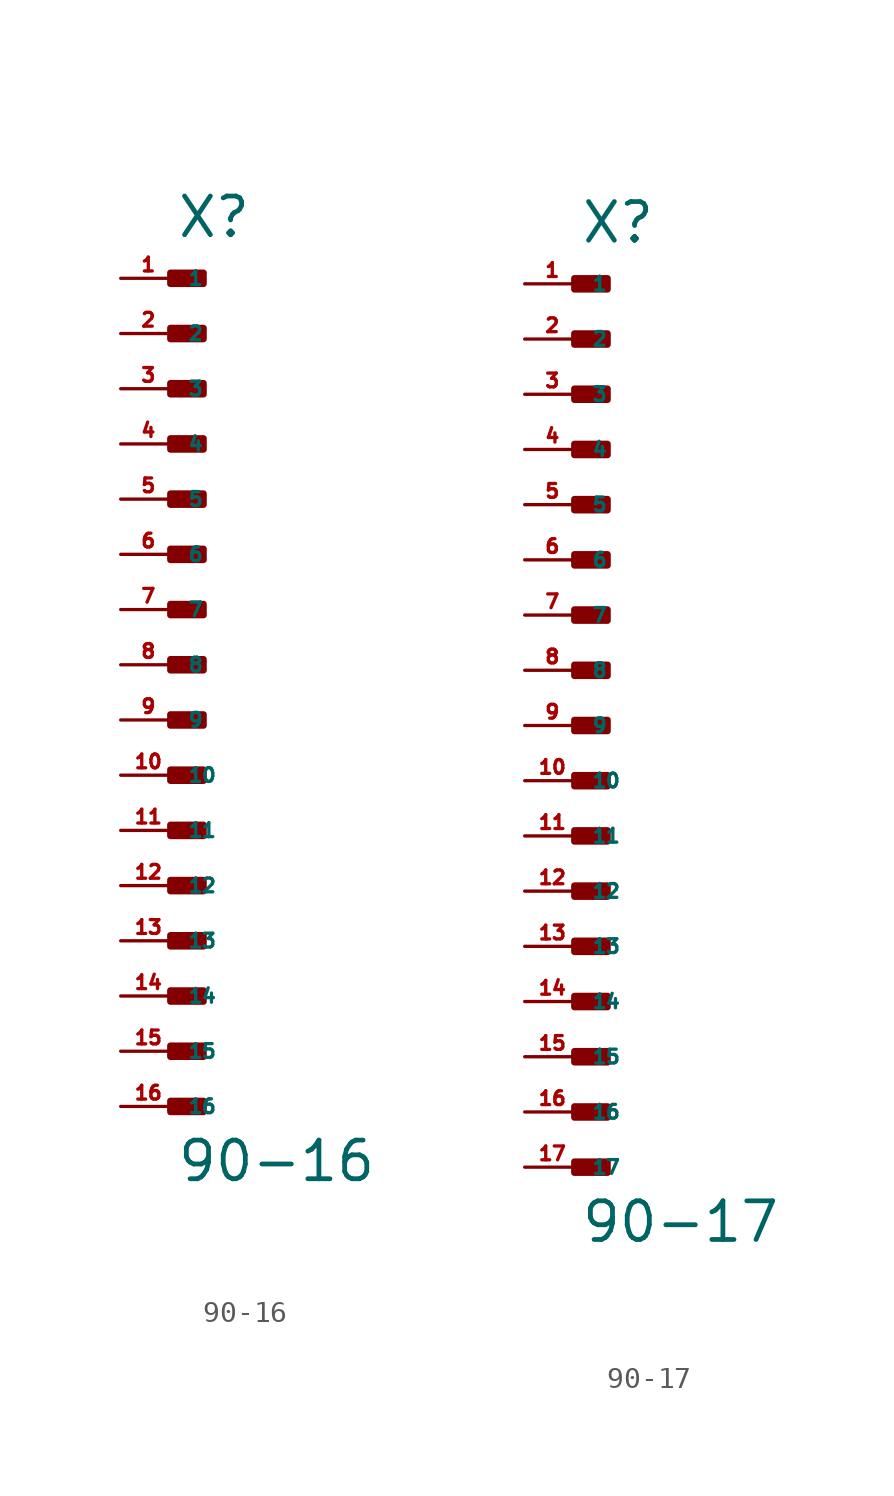
<source format=kicad_sym>
(kicad_symbol_lib
  (version 20220914)
  (generator Eagle2Kicad)
  (symbol "90-16"
    (property "Reference" "X"
      (at 0 19.558 0)
      (effects (font (size 1.778 1.778) (thickness 0.22)) (justify left bottom)))
    (property "Value" "90-16"
      (at 0 -23.876 0)
      (effects (font (size 1.778 1.778) (thickness 0.22)) (justify left bottom)))
    (rectangle
      (start -0.254 17.526)
      (end 1.27 18.034)
      (stroke (width 0.3) (type default))
      (fill (type outline)))
    (rectangle
      (start -0.254 14.986)
      (end 1.27 15.494)
      (stroke (width 0.3) (type default))
      (fill (type outline)))
    (rectangle
      (start -0.254 12.446)
      (end 1.27 12.954)
      (stroke (width 0.3) (type default))
      (fill (type outline)))
    (rectangle
      (start -0.254 9.906)
      (end 1.27 10.414)
      (stroke (width 0.3) (type default))
      (fill (type outline)))
    (rectangle
      (start -0.254 7.366)
      (end 1.27 7.874)
      (stroke (width 0.3) (type default))
      (fill (type outline)))
    (rectangle
      (start -0.254 4.826)
      (end 1.27 5.334)
      (stroke (width 0.3) (type default))
      (fill (type outline)))
    (rectangle
      (start -0.254 2.286)
      (end 1.27 2.794)
      (stroke (width 0.3) (type default))
      (fill (type outline)))
    (rectangle
      (start -0.254 -0.254)
      (end 1.27 0.254)
      (stroke (width 0.3) (type default))
      (fill (type outline)))
    (rectangle
      (start -0.254 -2.794)
      (end 1.27 -2.286)
      (stroke (width 0.3) (type default))
      (fill (type outline)))
    (rectangle
      (start -0.254 -5.334)
      (end 1.27 -4.826)
      (stroke (width 0.3) (type default))
      (fill (type outline)))
    (rectangle
      (start -0.254 -7.874)
      (end 1.27 -7.366)
      (stroke (width 0.3) (type default))
      (fill (type outline)))
    (rectangle
      (start -0.254 -10.414)
      (end 1.27 -9.906)
      (stroke (width 0.3) (type default))
      (fill (type outline)))
    (rectangle
      (start -0.254 -12.954)
      (end 1.27 -12.446)
      (stroke (width 0.3) (type default))
      (fill (type outline)))
    (rectangle
      (start -0.254 -15.494)
      (end 1.27 -14.986)
      (stroke (width 0.3) (type default))
      (fill (type outline)))
    (rectangle
      (start -0.254 -18.034)
      (end 1.27 -17.526)
      (stroke (width 0.3) (type default))
      (fill (type outline)))
    (rectangle
      (start -0.254 -20.574)
      (end 1.27 -20.066)
      (stroke (width 0.3) (type default))
      (fill (type outline)))
    (pin passive line
      (at -2.54 17.78 0)
      (length 2.54)
      (name "1" (effects (font (size 0.635 0.635) (thickness 0.08)) (justify left bottom)))
      (number "1" (effects (font (size 0.635 0.635) (thickness 0.08)) (justify left bottom))))
    (pin passive line
      (at -2.54 15.24 0)
      (length 2.54)
      (name "2" (effects (font (size 0.635 0.635) (thickness 0.08)) (justify left bottom)))
      (number "2" (effects (font (size 0.635 0.635) (thickness 0.08)) (justify left bottom))))
    (pin passive line
      (at -2.54 12.7 0)
      (length 2.54)
      (name "3" (effects (font (size 0.635 0.635) (thickness 0.08)) (justify left bottom)))
      (number "3" (effects (font (size 0.635 0.635) (thickness 0.08)) (justify left bottom))))
    (pin passive line
      (at -2.54 10.16 0)
      (length 2.54)
      (name "4" (effects (font (size 0.635 0.635) (thickness 0.08)) (justify left bottom)))
      (number "4" (effects (font (size 0.635 0.635) (thickness 0.08)) (justify left bottom))))
    (pin passive line
      (at -2.54 7.62 0)
      (length 2.54)
      (name "5" (effects (font (size 0.635 0.635) (thickness 0.08)) (justify left bottom)))
      (number "5" (effects (font (size 0.635 0.635) (thickness 0.08)) (justify left bottom))))
    (pin passive line
      (at -2.54 5.08 0)
      (length 2.54)
      (name "6" (effects (font (size 0.635 0.635) (thickness 0.08)) (justify left bottom)))
      (number "6" (effects (font (size 0.635 0.635) (thickness 0.08)) (justify left bottom))))
    (pin passive line
      (at -2.54 2.54 0)
      (length 2.54)
      (name "7" (effects (font (size 0.635 0.635) (thickness 0.08)) (justify left bottom)))
      (number "7" (effects (font (size 0.635 0.635) (thickness 0.08)) (justify left bottom))))
    (pin passive line
      (at -2.54 0 0)
      (length 2.54)
      (name "8" (effects (font (size 0.635 0.635) (thickness 0.08)) (justify left bottom)))
      (number "8" (effects (font (size 0.635 0.635) (thickness 0.08)) (justify left bottom))))
    (pin passive line
      (at -2.54 -2.54 0)
      (length 2.54)
      (name "9" (effects (font (size 0.635 0.635) (thickness 0.08)) (justify left bottom)))
      (number "9" (effects (font (size 0.635 0.635) (thickness 0.08)) (justify left bottom))))
    (pin passive line
      (at -2.54 -5.08 0)
      (length 2.54)
      (name "10" (effects (font (size 0.635 0.635) (thickness 0.08)) (justify left bottom)))
      (number "10" (effects (font (size 0.635 0.635) (thickness 0.08)) (justify left bottom))))
    (pin passive line
      (at -2.54 -7.62 0)
      (length 2.54)
      (name "11" (effects (font (size 0.635 0.635) (thickness 0.08)) (justify left bottom)))
      (number "11" (effects (font (size 0.635 0.635) (thickness 0.08)) (justify left bottom))))
    (pin passive line
      (at -2.54 -10.16 0)
      (length 2.54)
      (name "12" (effects (font (size 0.635 0.635) (thickness 0.08)) (justify left bottom)))
      (number "12" (effects (font (size 0.635 0.635) (thickness 0.08)) (justify left bottom))))
    (pin passive line
      (at -2.54 -12.7 0)
      (length 2.54)
      (name "13" (effects (font (size 0.635 0.635) (thickness 0.08)) (justify left bottom)))
      (number "13" (effects (font (size 0.635 0.635) (thickness 0.08)) (justify left bottom))))
    (pin passive line
      (at -2.54 -15.24 0)
      (length 2.54)
      (name "14" (effects (font (size 0.635 0.635) (thickness 0.08)) (justify left bottom)))
      (number "14" (effects (font (size 0.635 0.635) (thickness 0.08)) (justify left bottom))))
    (pin passive line
      (at -2.54 -17.78 0)
      (length 2.54)
      (name "15" (effects (font (size 0.635 0.635) (thickness 0.08)) (justify left bottom)))
      (number "15" (effects (font (size 0.635 0.635) (thickness 0.08)) (justify left bottom))))
    (pin passive line
      (at -2.54 -20.32 0)
      (length 2.54)
      (name "16" (effects (font (size 0.635 0.635) (thickness 0.08)) (justify left bottom)))
      (number "16" (effects (font (size 0.635 0.635) (thickness 0.08)) (justify left bottom)))))
  (symbol "90-17"
    (property "Reference" "X"
      (at 0 22.098 0)
      (effects (font (size 1.778 1.778) (thickness 0.22)) (justify left bottom)))
    (property "Value" "90-17"
      (at 0 -23.876 0)
      (effects (font (size 1.778 1.778) (thickness 0.22)) (justify left bottom)))
    (rectangle
      (start -0.254 20.066)
      (end 1.27 20.574)
      (stroke (width 0.3) (type default))
      (fill (type outline)))
    (rectangle
      (start -0.254 17.526)
      (end 1.27 18.034)
      (stroke (width 0.3) (type default))
      (fill (type outline)))
    (rectangle
      (start -0.254 14.986)
      (end 1.27 15.494)
      (stroke (width 0.3) (type default))
      (fill (type outline)))
    (rectangle
      (start -0.254 12.446)
      (end 1.27 12.954)
      (stroke (width 0.3) (type default))
      (fill (type outline)))
    (rectangle
      (start -0.254 9.906)
      (end 1.27 10.414)
      (stroke (width 0.3) (type default))
      (fill (type outline)))
    (rectangle
      (start -0.254 7.366)
      (end 1.27 7.874)
      (stroke (width 0.3) (type default))
      (fill (type outline)))
    (rectangle
      (start -0.254 4.826)
      (end 1.27 5.334)
      (stroke (width 0.3) (type default))
      (fill (type outline)))
    (rectangle
      (start -0.254 2.286)
      (end 1.27 2.794)
      (stroke (width 0.3) (type default))
      (fill (type outline)))
    (rectangle
      (start -0.254 -0.254)
      (end 1.27 0.254)
      (stroke (width 0.3) (type default))
      (fill (type outline)))
    (rectangle
      (start -0.254 -2.794)
      (end 1.27 -2.286)
      (stroke (width 0.3) (type default))
      (fill (type outline)))
    (rectangle
      (start -0.254 -5.334)
      (end 1.27 -4.826)
      (stroke (width 0.3) (type default))
      (fill (type outline)))
    (rectangle
      (start -0.254 -7.874)
      (end 1.27 -7.366)
      (stroke (width 0.3) (type default))
      (fill (type outline)))
    (rectangle
      (start -0.254 -10.414)
      (end 1.27 -9.906)
      (stroke (width 0.3) (type default))
      (fill (type outline)))
    (rectangle
      (start -0.254 -12.954)
      (end 1.27 -12.446)
      (stroke (width 0.3) (type default))
      (fill (type outline)))
    (rectangle
      (start -0.254 -15.494)
      (end 1.27 -14.986)
      (stroke (width 0.3) (type default))
      (fill (type outline)))
    (rectangle
      (start -0.254 -18.034)
      (end 1.27 -17.526)
      (stroke (width 0.3) (type default))
      (fill (type outline)))
    (rectangle
      (start -0.254 -20.574)
      (end 1.27 -20.066)
      (stroke (width 0.3) (type default))
      (fill (type outline)))
    (pin passive line
      (at -2.54 20.32 0)
      (length 2.54)
      (name "1" (effects (font (size 0.635 0.635) (thickness 0.08)) (justify left bottom)))
      (number "1" (effects (font (size 0.635 0.635) (thickness 0.08)) (justify left bottom))))
    (pin passive line
      (at -2.54 17.78 0)
      (length 2.54)
      (name "2" (effects (font (size 0.635 0.635) (thickness 0.08)) (justify left bottom)))
      (number "2" (effects (font (size 0.635 0.635) (thickness 0.08)) (justify left bottom))))
    (pin passive line
      (at -2.54 15.24 0)
      (length 2.54)
      (name "3" (effects (font (size 0.635 0.635) (thickness 0.08)) (justify left bottom)))
      (number "3" (effects (font (size 0.635 0.635) (thickness 0.08)) (justify left bottom))))
    (pin passive line
      (at -2.54 12.7 0)
      (length 2.54)
      (name "4" (effects (font (size 0.635 0.635) (thickness 0.08)) (justify left bottom)))
      (number "4" (effects (font (size 0.635 0.635) (thickness 0.08)) (justify left bottom))))
    (pin passive line
      (at -2.54 10.16 0)
      (length 2.54)
      (name "5" (effects (font (size 0.635 0.635) (thickness 0.08)) (justify left bottom)))
      (number "5" (effects (font (size 0.635 0.635) (thickness 0.08)) (justify left bottom))))
    (pin passive line
      (at -2.54 7.62 0)
      (length 2.54)
      (name "6" (effects (font (size 0.635 0.635) (thickness 0.08)) (justify left bottom)))
      (number "6" (effects (font (size 0.635 0.635) (thickness 0.08)) (justify left bottom))))
    (pin passive line
      (at -2.54 5.08 0)
      (length 2.54)
      (name "7" (effects (font (size 0.635 0.635) (thickness 0.08)) (justify left bottom)))
      (number "7" (effects (font (size 0.635 0.635) (thickness 0.08)) (justify left bottom))))
    (pin passive line
      (at -2.54 2.54 0)
      (length 2.54)
      (name "8" (effects (font (size 0.635 0.635) (thickness 0.08)) (justify left bottom)))
      (number "8" (effects (font (size 0.635 0.635) (thickness 0.08)) (justify left bottom))))
    (pin passive line
      (at -2.54 0 0)
      (length 2.54)
      (name "9" (effects (font (size 0.635 0.635) (thickness 0.08)) (justify left bottom)))
      (number "9" (effects (font (size 0.635 0.635) (thickness 0.08)) (justify left bottom))))
    (pin passive line
      (at -2.54 -2.54 0)
      (length 2.54)
      (name "10" (effects (font (size 0.635 0.635) (thickness 0.08)) (justify left bottom)))
      (number "10" (effects (font (size 0.635 0.635) (thickness 0.08)) (justify left bottom))))
    (pin passive line
      (at -2.54 -5.08 0)
      (length 2.54)
      (name "11" (effects (font (size 0.635 0.635) (thickness 0.08)) (justify left bottom)))
      (number "11" (effects (font (size 0.635 0.635) (thickness 0.08)) (justify left bottom))))
    (pin passive line
      (at -2.54 -7.62 0)
      (length 2.54)
      (name "12" (effects (font (size 0.635 0.635) (thickness 0.08)) (justify left bottom)))
      (number "12" (effects (font (size 0.635 0.635) (thickness 0.08)) (justify left bottom))))
    (pin passive line
      (at -2.54 -10.16 0)
      (length 2.54)
      (name "13" (effects (font (size 0.635 0.635) (thickness 0.08)) (justify left bottom)))
      (number "13" (effects (font (size 0.635 0.635) (thickness 0.08)) (justify left bottom))))
    (pin passive line
      (at -2.54 -12.7 0)
      (length 2.54)
      (name "14" (effects (font (size 0.635 0.635) (thickness 0.08)) (justify left bottom)))
      (number "14" (effects (font (size 0.635 0.635) (thickness 0.08)) (justify left bottom))))
    (pin passive line
      (at -2.54 -15.24 0)
      (length 2.54)
      (name "15" (effects (font (size 0.635 0.635) (thickness 0.08)) (justify left bottom)))
      (number "15" (effects (font (size 0.635 0.635) (thickness 0.08)) (justify left bottom))))
    (pin passive line
      (at -2.54 -17.78 0)
      (length 2.54)
      (name "16" (effects (font (size 0.635 0.635) (thickness 0.08)) (justify left bottom)))
      (number "16" (effects (font (size 0.635 0.635) (thickness 0.08)) (justify left bottom))))
    (pin passive line
      (at -2.54 -20.32 0)
      (length 2.54)
      (name "17" (effects (font (size 0.635 0.635) (thickness 0.08)) (justify left bottom)))
      (number "17" (effects (font (size 0.635 0.635) (thickness 0.08)) (justify left bottom))))))
</source>
